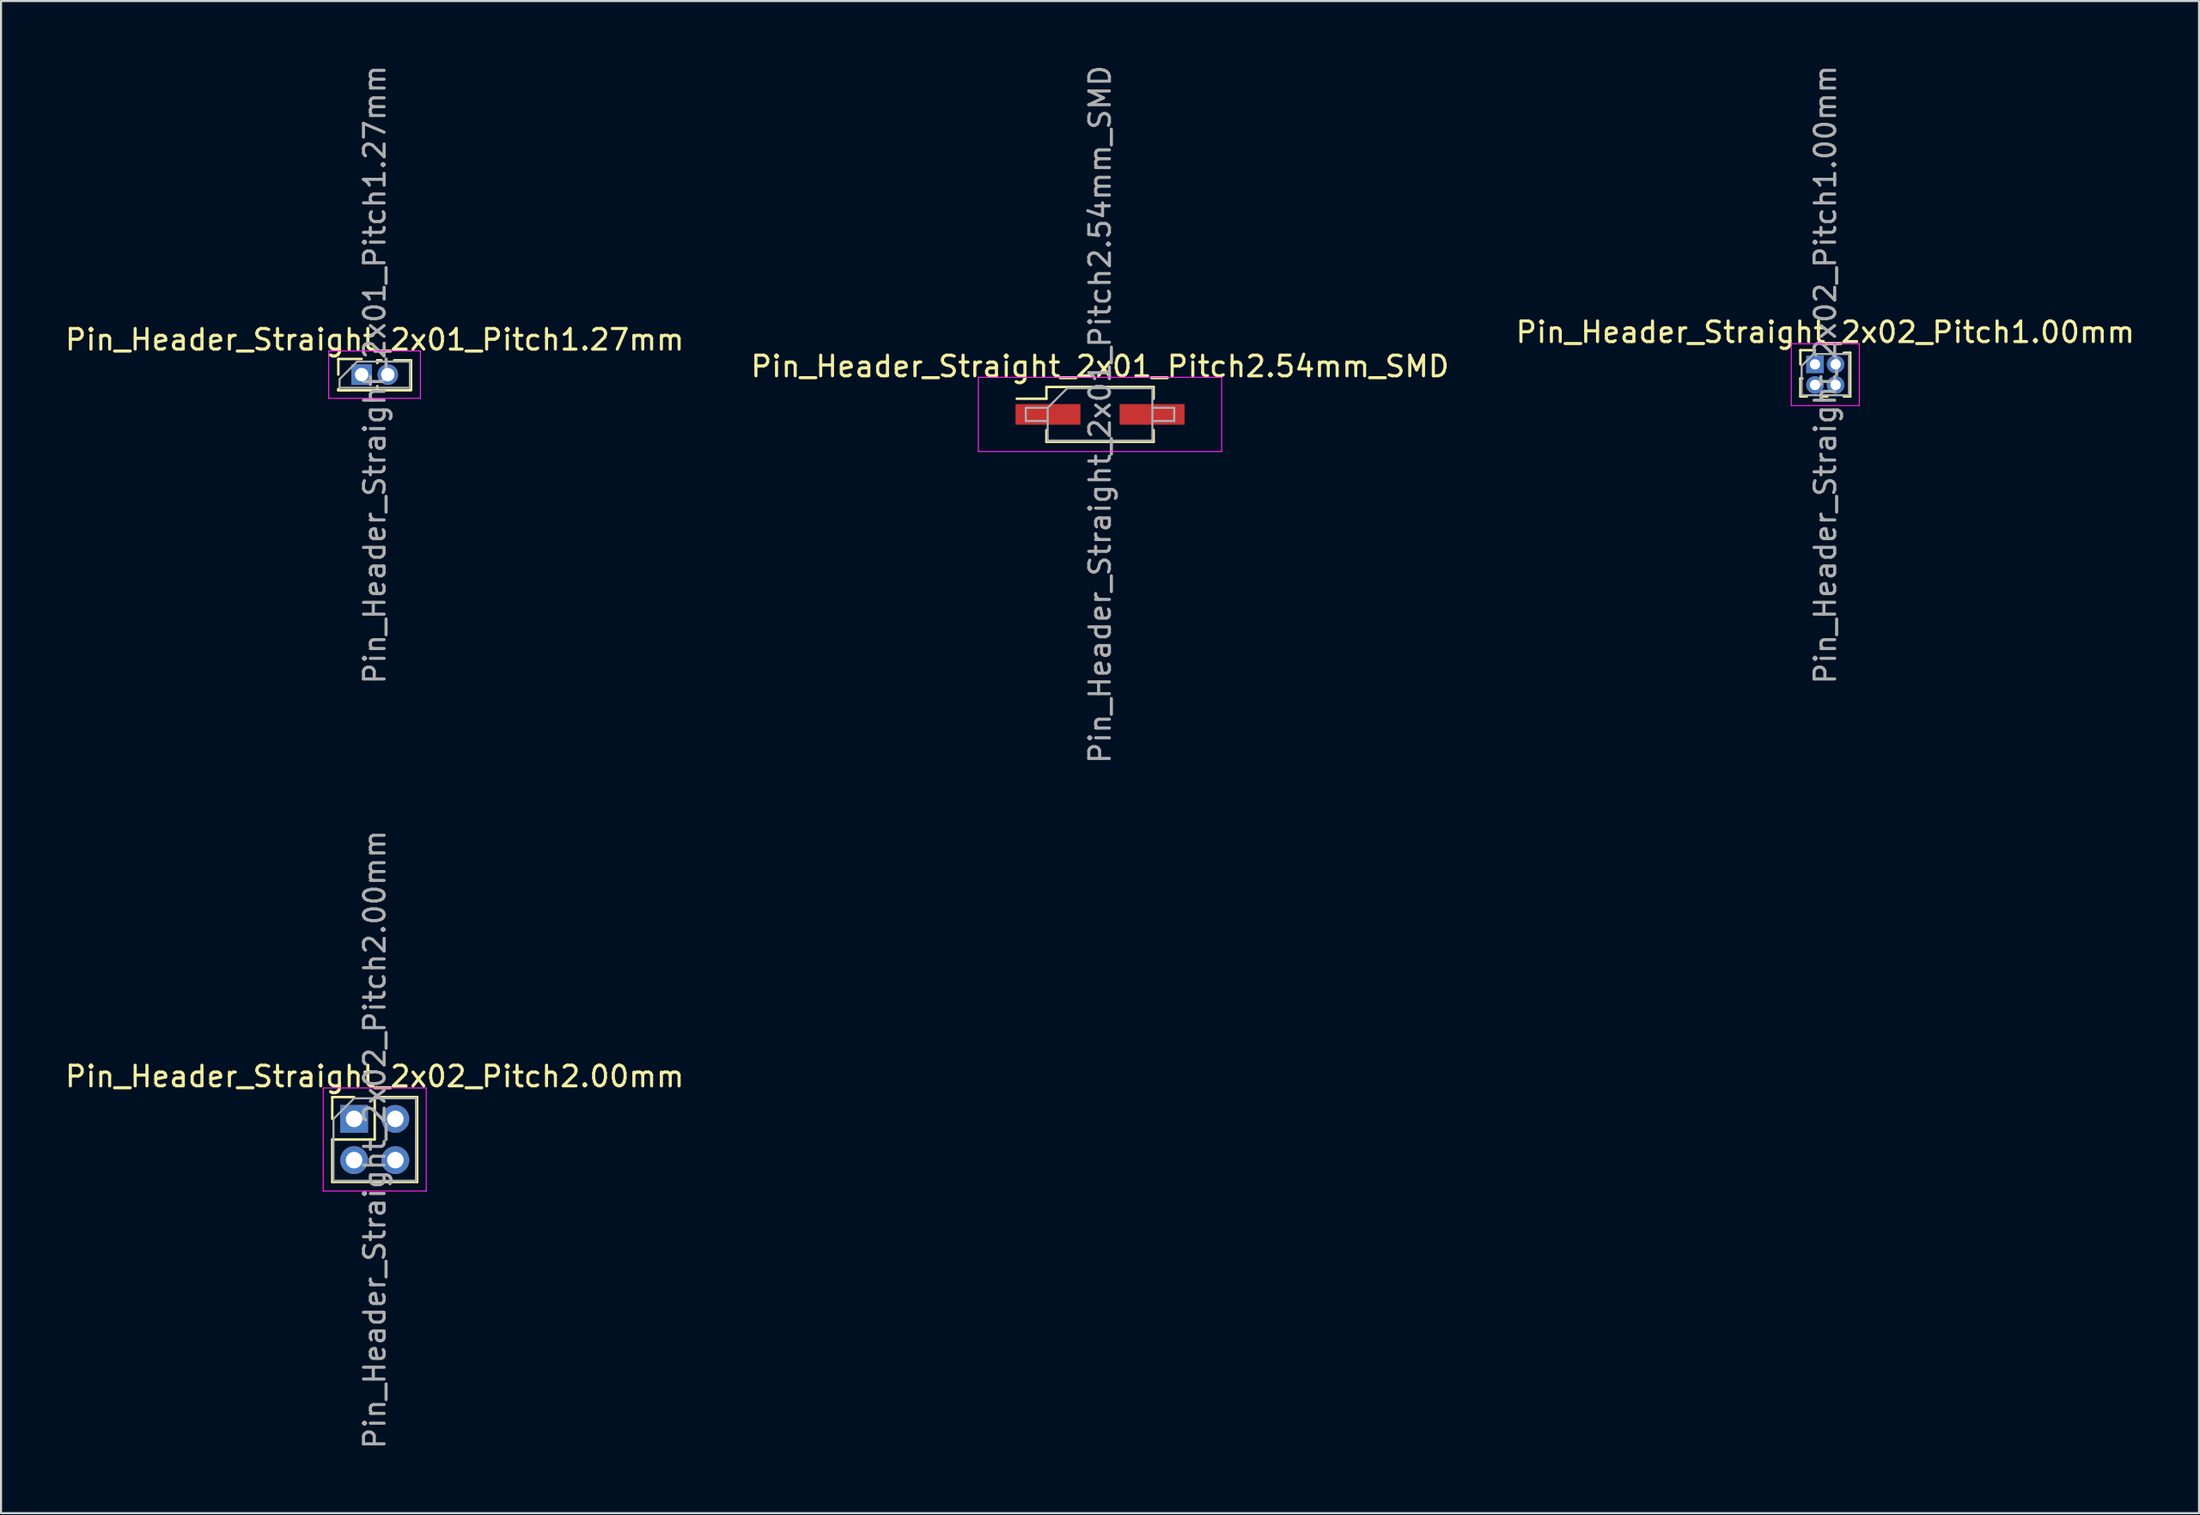
<source format=kicad_pcb>
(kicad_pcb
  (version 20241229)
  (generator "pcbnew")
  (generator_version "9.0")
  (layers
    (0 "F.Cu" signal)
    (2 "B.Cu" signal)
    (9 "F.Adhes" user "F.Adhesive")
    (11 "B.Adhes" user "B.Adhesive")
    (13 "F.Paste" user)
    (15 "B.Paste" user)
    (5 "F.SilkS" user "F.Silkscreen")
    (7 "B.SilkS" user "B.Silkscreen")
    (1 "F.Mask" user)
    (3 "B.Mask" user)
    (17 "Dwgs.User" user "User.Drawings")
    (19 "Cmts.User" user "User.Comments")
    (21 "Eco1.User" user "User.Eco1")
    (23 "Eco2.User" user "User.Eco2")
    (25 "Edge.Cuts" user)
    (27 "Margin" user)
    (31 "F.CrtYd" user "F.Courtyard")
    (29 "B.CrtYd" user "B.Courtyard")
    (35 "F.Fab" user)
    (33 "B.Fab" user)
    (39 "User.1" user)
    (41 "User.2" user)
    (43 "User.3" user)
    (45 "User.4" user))
  (footprint "Pin_Header_Straight_2x01_Pitch2.54mm_SMD"
    (layer "F.Cu")
    (at 50.304 17.054)
    (property "Reference" "Pin_Header_Straight_2x01_Pitch2.54mm_SMD" (at 0 -2.33 0) (layer "F.SilkS") (effects (font (size 1 1) (thickness 0.15))))
    (attr smd)
    (fp_line (start -4.04 -0.76) (end -2.6 -0.76) (stroke (width 0.12) (type solid)) (layer "F.SilkS"))
    (fp_line (start -2.6 -1.33) (end -2.6 -0.76) (stroke (width 0.12) (type solid)) (layer "F.SilkS"))
    (fp_line (start -2.6 -1.33) (end 2.6 -1.33) (stroke (width 0.12) (type solid)) (layer "F.SilkS"))
    (fp_line (start -2.6 0.76) (end -2.6 1.33) (stroke (width 0.12) (type solid)) (layer "F.SilkS"))
    (fp_line (start -2.6 1.33) (end 2.6 1.33) (stroke (width 0.12) (type solid)) (layer "F.SilkS"))
    (fp_line (start 2.6 -1.33) (end 2.6 -0.76) (stroke (width 0.12) (type solid)) (layer "F.SilkS"))
    (fp_line (start 2.6 0.76) (end 2.6 1.33) (stroke (width 0.12) (type solid)) (layer "F.SilkS"))
    (fp_line (start -5.9 -1.8) (end -5.9 1.8) (stroke (width 0.05) (type solid)) (layer "F.CrtYd"))
    (fp_line (start -5.9 1.8) (end 5.9 1.8) (stroke (width 0.05) (type solid)) (layer "F.CrtYd"))
    (fp_line (start 5.9 -1.8) (end -5.9 -1.8) (stroke (width 0.05) (type solid)) (layer "F.CrtYd"))
    (fp_line (start 5.9 1.8) (end 5.9 -1.8) (stroke (width 0.05) (type solid)) (layer "F.CrtYd"))
    (fp_line (start -3.6 -0.32) (end -3.6 0.32) (stroke (width 0.1) (type solid)) (layer "F.Fab"))
    (fp_line (start -3.6 0.32) (end -2.54 0.32) (stroke (width 0.1) (type solid)) (layer "F.Fab"))
    (fp_line (start -2.54 -0.32) (end -3.6 -0.32) (stroke (width 0.1) (type solid)) (layer "F.Fab"))
    (fp_line (start -2.54 -0.32) (end -1.59 -1.27) (stroke (width 0.1) (type solid)) (layer "F.Fab"))
    (fp_line (start -2.54 1.27) (end -2.54 -0.32) (stroke (width 0.1) (type solid)) (layer "F.Fab"))
    (fp_line (start -1.59 -1.27) (end 2.54 -1.27) (stroke (width 0.1) (type solid)) (layer "F.Fab"))
    (fp_line (start 2.54 -1.27) (end 2.54 1.27) (stroke (width 0.1) (type solid)) (layer "F.Fab"))
    (fp_line (start 2.54 -0.32) (end 3.6 -0.32) (stroke (width 0.1) (type solid)) (layer "F.Fab"))
    (fp_line (start 2.54 1.27) (end -2.54 1.27) (stroke (width 0.1) (type solid)) (layer "F.Fab"))
    (fp_line (start 3.6 -0.32) (end 3.6 0.32) (stroke (width 0.1) (type solid)) (layer "F.Fab"))
    (fp_line (start 3.6 0.32) (end 2.54 0.32) (stroke (width 0.1) (type solid)) (layer "F.Fab"))
    (fp_text user "${REFERENCE}" (at 0 0 90) (layer "F.Fab") (effects (font (size 1 1) (thickness 0.15))))
    (pad "1" smd rect (at -2.525 0) (size 3.15 1) (layers "F.Cu" "F.Mask" "F.Paste"))
    (pad "2" smd rect (at 2.525 0) (size 3.15 1) (layers "F.Cu" "F.Mask" "F.Paste")))
  (footprint "Pin_Header_Straight_2x02_Pitch1.00mm"
    (layer "F.Cu")
    (at 84.982 14.625)
    (property "Reference" "Pin_Header_Straight_2x02_Pitch1.00mm" (at 0.5 -1.56 0) (layer "F.SilkS") (effects (font (size 1 1) (thickness 0.15))))
    (attr through_hole)
    (fp_line (start -0.71 -0.685) (end 0 -0.685) (stroke (width 0.12) (type solid)) (layer "F.SilkS"))
    (fp_line (start -0.71 0) (end -0.71 -0.685) (stroke (width 0.12) (type solid)) (layer "F.SilkS"))
    (fp_line (start -0.71 0.685) (end -0.71 1.56) (stroke (width 0.12) (type solid)) (layer "F.SilkS"))
    (fp_line (start -0.71 0.685) (end -0.608 0.685) (stroke (width 0.12) (type solid)) (layer "F.SilkS"))
    (fp_line (start -0.71 1.56) (end -0.394 1.56) (stroke (width 0.12) (type solid)) (layer "F.SilkS"))
    (fp_line (start 0.394 1.56) (end 0.606 1.56) (stroke (width 0.12) (type solid)) (layer "F.SilkS"))
    (fp_line (start 1.394 -0.56) (end 1.71 -0.56) (stroke (width 0.12) (type solid)) (layer "F.SilkS"))
    (fp_line (start 1.394 1.56) (end 1.71 1.56) (stroke (width 0.12) (type solid)) (layer "F.SilkS"))
    (fp_line (start 1.71 -0.56) (end 1.71 1.56) (stroke (width 0.12) (type solid)) (layer "F.SilkS"))
    (fp_line (start -1.15 -1) (end -1.15 2) (stroke (width 0.05) (type solid)) (layer "F.CrtYd"))
    (fp_line (start -1.15 2) (end 2.15 2) (stroke (width 0.05) (type solid)) (layer "F.CrtYd"))
    (fp_line (start 2.15 -1) (end -1.15 -1) (stroke (width 0.05) (type solid)) (layer "F.CrtYd"))
    (fp_line (start 2.15 2) (end 2.15 -1) (stroke (width 0.05) (type solid)) (layer "F.CrtYd"))
    (fp_line (start -0.65 0.075) (end -0.075 -0.5) (stroke (width 0.1) (type solid)) (layer "F.Fab"))
    (fp_line (start -0.65 1.5) (end -0.65 0.075) (stroke (width 0.1) (type solid)) (layer "F.Fab"))
    (fp_line (start -0.075 -0.5) (end 1.65 -0.5) (stroke (width 0.1) (type solid)) (layer "F.Fab"))
    (fp_line (start 1.65 -0.5) (end 1.65 1.5) (stroke (width 0.1) (type solid)) (layer "F.Fab"))
    (fp_line (start 1.65 1.5) (end -0.65 1.5) (stroke (width 0.1) (type solid)) (layer "F.Fab"))
    (fp_text user "${REFERENCE}" (at 0.5 0.5 90) (layer "F.Fab") (effects (font (size 1 1) (thickness 0.15))))
    (pad "1" thru_hole rect (at 0 0) (size 0.85 0.85) (drill 0.5) (layers "*.Cu" "*.Mask"))
    (pad "2" thru_hole oval (at 1 0) (size 0.85 0.85) (drill 0.5) (layers "*.Cu" "*.Mask"))
    (pad "3" thru_hole oval (at 0 1) (size 0.85 0.85) (drill 0.5) (layers "*.Cu" "*.Mask"))
    (pad "4" thru_hole oval (at 1 1) (size 0.85 0.85) (drill 0.5) (layers "*.Cu" "*.Mask")))
  (footprint "Pin_Header_Straight_2x02_Pitch2.00mm"
    (layer "F.Cu")
    (at 14.125 51.232)
    (property "Reference" "Pin_Header_Straight_2x02_Pitch2.00mm" (at 1 -2.06 0) (layer "F.SilkS") (effects (font (size 1 1) (thickness 0.15))))
    (attr through_hole)
    (fp_line (start -1.06 -1.06) (end 0 -1.06) (stroke (width 0.12) (type solid)) (layer "F.SilkS"))
    (fp_line (start -1.06 0) (end -1.06 -1.06) (stroke (width 0.12) (type solid)) (layer "F.SilkS"))
    (fp_line (start -1.06 1) (end -1.06 3.06) (stroke (width 0.12) (type solid)) (layer "F.SilkS"))
    (fp_line (start -1.06 1) (end 1 1) (stroke (width 0.12) (type solid)) (layer "F.SilkS"))
    (fp_line (start -1.06 3.06) (end 3.06 3.06) (stroke (width 0.12) (type solid)) (layer "F.SilkS"))
    (fp_line (start 1 -1.06) (end 3.06 -1.06) (stroke (width 0.12) (type solid)) (layer "F.SilkS"))
    (fp_line (start 1 1) (end 1 -1.06) (stroke (width 0.12) (type solid)) (layer "F.SilkS"))
    (fp_line (start 3.06 -1.06) (end 3.06 3.06) (stroke (width 0.12) (type solid)) (layer "F.SilkS"))
    (fp_line (start -1.5 -1.5) (end -1.5 3.5) (stroke (width 0.05) (type solid)) (layer "F.CrtYd"))
    (fp_line (start -1.5 3.5) (end 3.5 3.5) (stroke (width 0.05) (type solid)) (layer "F.CrtYd"))
    (fp_line (start 3.5 -1.5) (end -1.5 -1.5) (stroke (width 0.05) (type solid)) (layer "F.CrtYd"))
    (fp_line (start 3.5 3.5) (end 3.5 -1.5) (stroke (width 0.05) (type solid)) (layer "F.CrtYd"))
    (fp_line (start -1 0) (end 0 -1) (stroke (width 0.1) (type solid)) (layer "F.Fab"))
    (fp_line (start -1 3) (end -1 0) (stroke (width 0.1) (type solid)) (layer "F.Fab"))
    (fp_line (start 0 -1) (end 3 -1) (stroke (width 0.1) (type solid)) (layer "F.Fab"))
    (fp_line (start 3 -1) (end 3 3) (stroke (width 0.1) (type solid)) (layer "F.Fab"))
    (fp_line (start 3 3) (end -1 3) (stroke (width 0.1) (type solid)) (layer "F.Fab"))
    (fp_text user "${REFERENCE}" (at 1 1 90) (layer "F.Fab") (effects (font (size 1 1) (thickness 0.15))))
    (pad "1" thru_hole rect (at 0 0) (size 1.35 1.35) (drill 0.8) (layers "*.Cu" "*.Mask"))
    (pad "2" thru_hole oval (at 2 0) (size 1.35 1.35) (drill 0.8) (layers "*.Cu" "*.Mask"))
    (pad "3" thru_hole oval (at 0 2) (size 1.35 1.35) (drill 0.8) (layers "*.Cu" "*.Mask"))
    (pad "4" thru_hole oval (at 2 2) (size 1.35 1.35) (drill 0.8) (layers "*.Cu" "*.Mask")))
  (footprint "Pin_Header_Straight_2x01_Pitch1.27mm"
    (layer "F.Cu")
    (at 14.49 15.125)
    (property "Reference" "Pin_Header_Straight_2x01_Pitch1.27mm" (at 0.635 -1.695 0) (layer "F.SilkS") (effects (font (size 1 1) (thickness 0.15))))
    (attr through_hole)
    (fp_line (start -1.13 -0.76) (end 0 -0.76) (stroke (width 0.12) (type solid)) (layer "F.SilkS"))
    (fp_line (start -1.13 0) (end -1.13 -0.76) (stroke (width 0.12) (type solid)) (layer "F.SilkS"))
    (fp_line (start -1.13 0.76) (end -1.13 0.695) (stroke (width 0.12) (type solid)) (layer "F.SilkS"))
    (fp_line (start -1.13 0.76) (end -0.563 0.76) (stroke (width 0.12) (type solid)) (layer "F.SilkS"))
    (fp_line (start -1.13 0.76) (end 2.4 0.76) (stroke (width 0.12) (type solid)) (layer "F.SilkS"))
    (fp_line (start 0.563 0.76) (end 0.707 0.76) (stroke (width 0.12) (type solid)) (layer "F.SilkS"))
    (fp_line (start 0.76 -0.695) (end 0.962 -0.695) (stroke (width 0.12) (type solid)) (layer "F.SilkS"))
    (fp_line (start 0.76 -0.563) (end 0.76 -0.695) (stroke (width 0.12) (type solid)) (layer "F.SilkS"))
    (fp_line (start 0.76 0.707) (end 0.76 0.563) (stroke (width 0.12) (type solid)) (layer "F.SilkS"))
    (fp_line (start 1.578 -0.695) (end 2.4 -0.695) (stroke (width 0.12) (type solid)) (layer "F.SilkS"))
    (fp_line (start 2.4 -0.695) (end 2.4 0.695) (stroke (width 0.12) (type solid)) (layer "F.SilkS"))
    (fp_line (start -1.6 -1.15) (end -1.6 1.15) (stroke (width 0.05) (type solid)) (layer "F.CrtYd"))
    (fp_line (start -1.6 1.15) (end 2.85 1.15) (stroke (width 0.05) (type solid)) (layer "F.CrtYd"))
    (fp_line (start 2.85 -1.15) (end -1.6 -1.15) (stroke (width 0.05) (type solid)) (layer "F.CrtYd"))
    (fp_line (start 2.85 1.15) (end 2.85 -1.15) (stroke (width 0.05) (type solid)) (layer "F.CrtYd"))
    (fp_line (start -1.07 0.217) (end -0.217 -0.635) (stroke (width 0.1) (type solid)) (layer "F.Fab"))
    (fp_line (start -1.07 0.635) (end -1.07 0.217) (stroke (width 0.1) (type solid)) (layer "F.Fab"))
    (fp_line (start -0.217 -0.635) (end 2.34 -0.635) (stroke (width 0.1) (type solid)) (layer "F.Fab"))
    (fp_line (start 2.34 -0.635) (end 2.34 0.635) (stroke (width 0.1) (type solid)) (layer "F.Fab"))
    (fp_line (start 2.34 0.635) (end -1.07 0.635) (stroke (width 0.1) (type solid)) (layer "F.Fab"))
    (fp_text user "${REFERENCE}" (at 0.635 0 90) (layer "F.Fab") (effects (font (size 1 1) (thickness 0.15))))
    (pad "1" thru_hole rect (at 0 0) (size 1 1) (drill 0.65) (layers "*.Cu" "*.Mask"))
    (pad "2" thru_hole oval (at 1.27 0) (size 1 1) (drill 0.65) (layers "*.Cu" "*.Mask")))
  (gr_rect
    (start -3 -3)
    (end 103.607 70.357)
    (stroke (width 0.1) (type default))
    (fill no)
    (layer "Edge.Cuts")))
</source>
